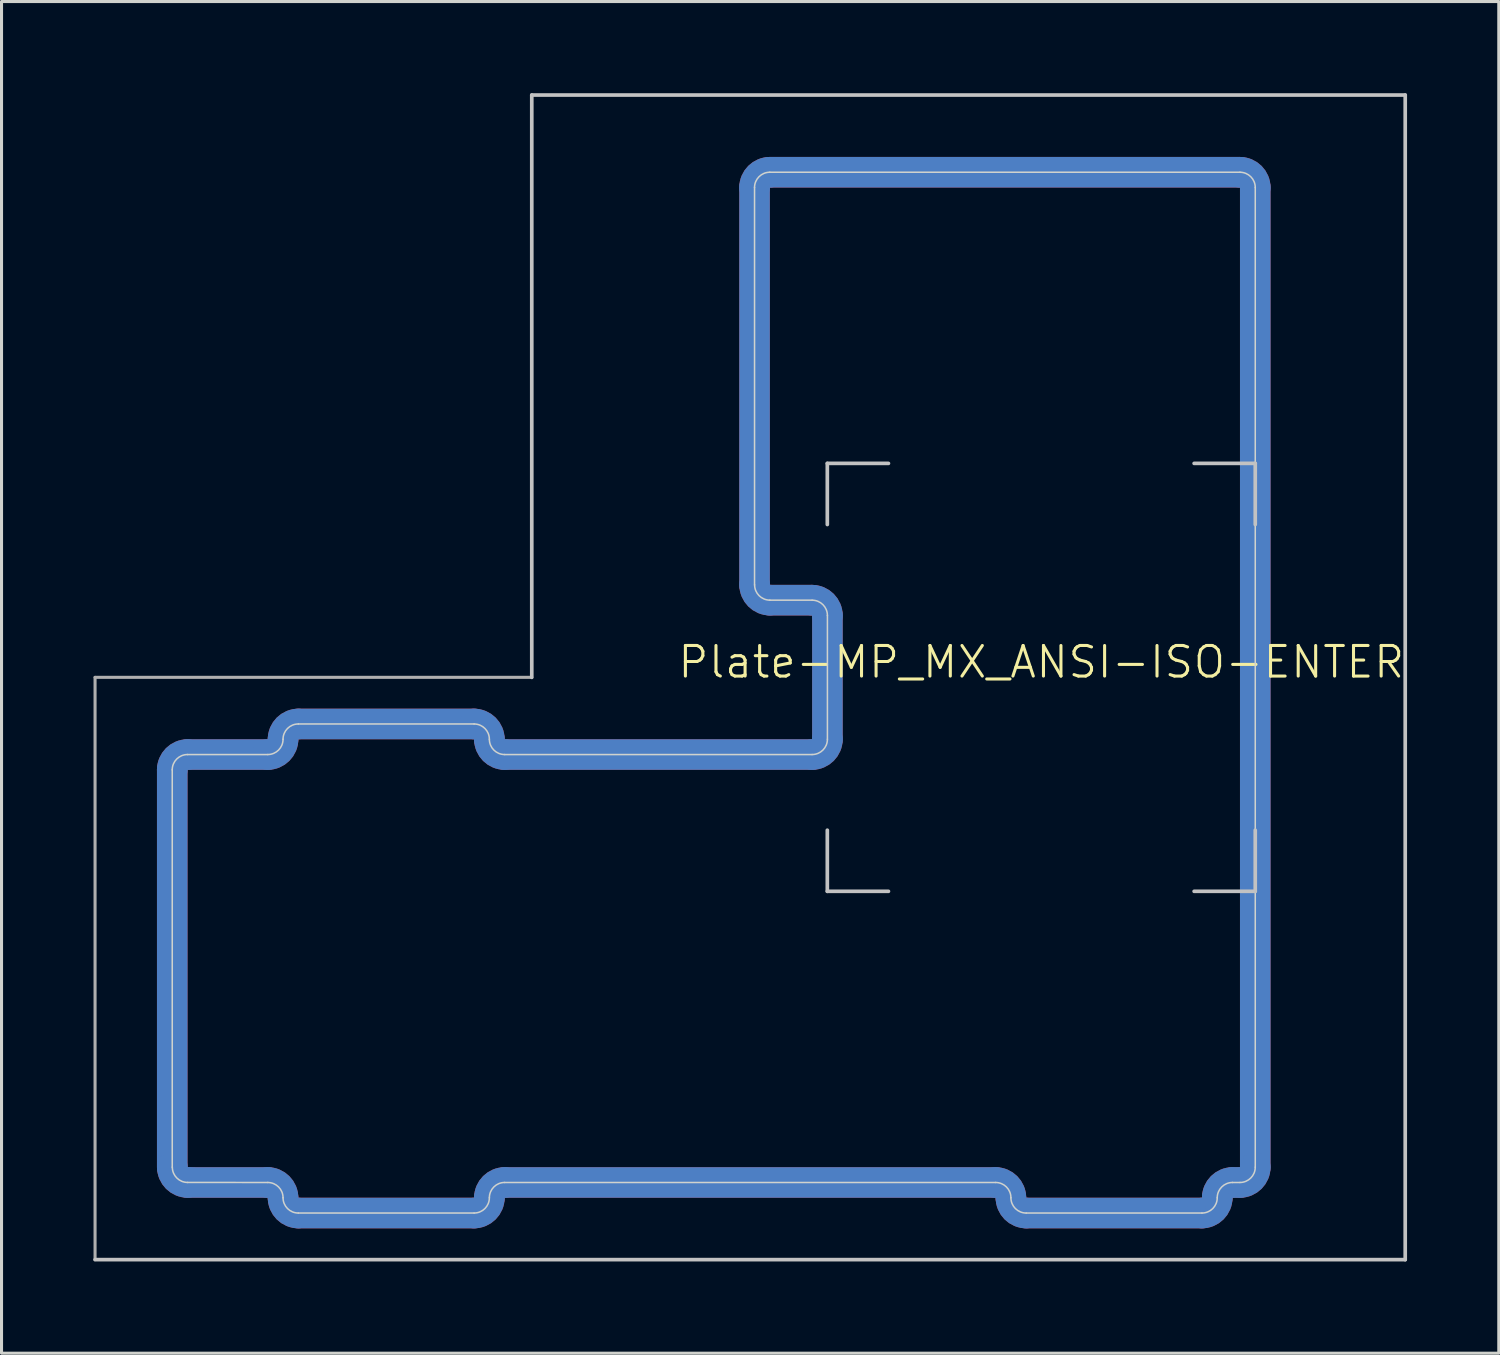
<source format=kicad_pcb>
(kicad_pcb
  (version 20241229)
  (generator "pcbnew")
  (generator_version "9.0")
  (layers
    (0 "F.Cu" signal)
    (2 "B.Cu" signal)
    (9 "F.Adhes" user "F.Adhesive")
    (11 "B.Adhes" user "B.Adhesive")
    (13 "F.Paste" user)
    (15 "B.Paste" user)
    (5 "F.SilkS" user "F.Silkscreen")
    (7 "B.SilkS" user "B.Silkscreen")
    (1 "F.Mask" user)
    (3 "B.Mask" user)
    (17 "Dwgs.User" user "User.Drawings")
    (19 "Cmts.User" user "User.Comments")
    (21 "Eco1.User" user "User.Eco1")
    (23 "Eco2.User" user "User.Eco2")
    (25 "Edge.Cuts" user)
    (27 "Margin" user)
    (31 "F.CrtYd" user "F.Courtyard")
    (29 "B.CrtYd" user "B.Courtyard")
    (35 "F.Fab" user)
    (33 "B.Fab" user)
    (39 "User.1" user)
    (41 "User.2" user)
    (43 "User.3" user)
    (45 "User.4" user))
  (footprint "Plate-MP_MX_ANSI-ISO-ENTER"
    (layer "F.Cu")
    (at 31.016 19.11)
    (property "Reference" "Plate-MP_MX_ANSI-ISO-ENTER" (at 0 -0.5 0) (unlocked yes) (layer "F.SilkS") (effects (font (size 1 1) (thickness 0.1))))
    (attr exclude_from_pos_files exclude_from_bom allow_missing_courtyard)
    (fp_line (start -28.431 3.025) (end -28.431 16.025) (stroke (width 1) (type solid)) (layer "F.Cu"))
    (fp_line (start -25.306 2.525) (end -27.931 2.525) (stroke (width 1) (type solid)) (layer "F.Cu"))
    (fp_line (start -25.306 16.525) (end -27.928 16.524) (stroke (width 1) (type solid)) (layer "F.Cu"))
    (fp_line (start -24.306 17.525) (end -18.556 17.525) (stroke (width 1) (type solid)) (layer "F.Cu"))
    (fp_line (start -18.556 1.525) (end -24.306 1.525) (stroke (width 1) (type solid)) (layer "F.Cu"))
    (fp_line (start -17.556 2.525) (end -7.497 2.525) (stroke (width 1) (type solid)) (layer "F.Cu"))
    (fp_line (start -9.381 -16.025) (end -9.381 -3.025) (stroke (width 1) (type solid)) (layer "F.Cu"))
    (fp_line (start -8.881 -2.525) (end -7.497 -2.525) (stroke (width 1) (type solid)) (layer "F.Cu"))
    (fp_line (start -6.997 -2.025) (end -6.997 2.025) (stroke (width 1) (type solid)) (layer "F.Cu"))
    (fp_line (start -1.494 16.525) (end -17.556 16.525) (stroke (width 1) (type solid)) (layer "F.Cu"))
    (fp_line (start -0.494 17.525) (end 5.256 17.525) (stroke (width 1) (type solid)) (layer "F.Cu"))
    (fp_line (start 6.5 -16.525) (end -8.881 -16.525) (stroke (width 1) (type solid)) (layer "F.Cu"))
    (fp_line (start 6.5 16.525) (end 6.256 16.525) (stroke (width 1) (type solid)) (layer "F.Cu"))
    (fp_line (start 7 16.025) (end 7 -16.025) (stroke (width 1) (type solid)) (layer "F.Cu"))
    (fp_arc (start -28.43125 3.025) (mid -28.284803 2.671447) (end -27.93125 2.525) (stroke (width 1) (type solid)) (layer "F.Cu"))
    (fp_arc (start -27.928486 16.523884) (mid -28.282039 16.377437) (end -28.428486 16.023884) (stroke (width 1) (type solid)) (layer "F.Cu"))
    (fp_arc (start -25.30625 16.525001) (mid -24.952697 16.671448) (end -24.80625 17.025001) (stroke (width 1) (type solid)) (layer "F.Cu"))
    (fp_arc (start -24.80625 2.024999) (mid -24.952722 2.378527) (end -25.30625 2.524999) (stroke (width 1) (type solid)) (layer "F.Cu"))
    (fp_arc (start -24.80625 2.024999) (mid -24.659813 1.671436) (end -24.30625 1.524999) (stroke (width 1) (type solid)) (layer "F.Cu"))
    (fp_arc (start -24.30625 17.525001) (mid -24.659803 17.378554) (end -24.80625 17.025001) (stroke (width 1) (type solid)) (layer "F.Cu"))
    (fp_arc (start -18.55625 1.524999) (mid -18.202722 1.671471) (end -18.05625 2.024999) (stroke (width 1) (type solid)) (layer "F.Cu"))
    (fp_arc (start -18.05625 17.025001) (mid -18.202697 17.378554) (end -18.55625 17.525001) (stroke (width 1) (type solid)) (layer "F.Cu"))
    (fp_arc (start -18.05625 17.025001) (mid -17.909803 16.671448) (end -17.55625 16.525001) (stroke (width 1) (type solid)) (layer "F.Cu"))
    (fp_arc (start -17.55625 2.524999) (mid -17.909778 2.378527) (end -18.05625 2.024999) (stroke (width 1) (type solid)) (layer "F.Cu"))
    (fp_arc (start -9.38125 -16.025) (mid -9.234803 -16.378553) (end -8.88125 -16.525) (stroke (width 1) (type solid)) (layer "F.Cu"))
    (fp_arc (start -8.878486 -2.526116) (mid -9.232039 -2.672563) (end -9.378486 -3.026116) (stroke (width 1) (type solid)) (layer "F.Cu"))
    (fp_arc (start -7.497236 -2.525) (mid -7.143708 -2.378528) (end -6.997236 -2.025) (stroke (width 1) (type solid)) (layer "F.Cu"))
    (fp_arc (start -6.997236 2.024999) (mid -7.143708 2.378527) (end -7.497236 2.524999) (stroke (width 1) (type solid)) (layer "F.Cu"))
    (fp_arc (start -1.49375 16.525001) (mid -1.140197 16.671448) (end -0.99375 17.025001) (stroke (width 1) (type solid)) (layer "F.Cu"))
    (fp_arc (start -0.49375 17.525001) (mid -0.847271 17.378537) (end -0.99375 17.025001) (stroke (width 1) (type solid)) (layer "F.Cu"))
    (fp_arc (start 5.75625 17.025001) (mid 5.609806 17.378571) (end 5.25625 17.525001) (stroke (width 1) (type solid)) (layer "F.Cu"))
    (fp_arc (start 5.75625 17.025001) (mid 5.902697 16.671448) (end 6.25625 16.525001) (stroke (width 1) (type solid)) (layer "F.Cu"))
    (fp_arc (start 6.5 -16.525) (mid 6.853528 -16.378528) (end 7 -16.025) (stroke (width 1) (type solid)) (layer "F.Cu"))
    (fp_arc (start 7 16.025) (mid 6.853528 16.378528) (end 6.5 16.525) (stroke (width 1) (type solid)) (layer "F.Cu"))
    (fp_line (start -28.431 3.025) (end -28.431 16.025) (stroke (width 1.1) (type solid)) (layer "F.Mask"))
    (fp_line (start -25.306 2.525) (end -27.931 2.525) (stroke (width 1.1) (type solid)) (layer "F.Mask"))
    (fp_line (start -25.306 16.525) (end -27.928 16.524) (stroke (width 1.1) (type solid)) (layer "F.Mask"))
    (fp_line (start -24.306 17.525) (end -18.556 17.525) (stroke (width 1.1) (type solid)) (layer "F.Mask"))
    (fp_line (start -18.556 1.525) (end -24.306 1.525) (stroke (width 1.1) (type solid)) (layer "F.Mask"))
    (fp_line (start -17.556 2.525) (end -7.497 2.525) (stroke (width 1.1) (type solid)) (layer "F.Mask"))
    (fp_line (start -9.381 -16.025) (end -9.381 -3.025) (stroke (width 1.1) (type solid)) (layer "F.Mask"))
    (fp_line (start -8.881 -2.525) (end -7.497 -2.525) (stroke (width 1.1) (type solid)) (layer "F.Mask"))
    (fp_line (start -6.997 -2.025) (end -6.997 2.025) (stroke (width 1.1) (type solid)) (layer "F.Mask"))
    (fp_line (start -1.494 16.525) (end -17.556 16.525) (stroke (width 1.1) (type solid)) (layer "F.Mask"))
    (fp_line (start -0.494 17.525) (end 5.256 17.525) (stroke (width 1.1) (type solid)) (layer "F.Mask"))
    (fp_line (start 6.5 -16.525) (end -8.881 -16.525) (stroke (width 1.1) (type solid)) (layer "F.Mask"))
    (fp_line (start 6.5 16.525) (end 6.256 16.525) (stroke (width 1.1) (type solid)) (layer "F.Mask"))
    (fp_line (start 7 16.025) (end 7 -16.025) (stroke (width 1.1) (type solid)) (layer "F.Mask"))
    (fp_arc (start -28.43125 3.025) (mid -28.284803 2.671447) (end -27.93125 2.525) (stroke (width 1.1) (type solid)) (layer "F.Mask"))
    (fp_arc (start -27.928486 16.523884) (mid -28.282039 16.377437) (end -28.428486 16.023884) (stroke (width 1.1) (type solid)) (layer "F.Mask"))
    (fp_arc (start -25.30625 16.525001) (mid -24.952697 16.671448) (end -24.80625 17.025001) (stroke (width 1.1) (type solid)) (layer "F.Mask"))
    (fp_arc (start -24.80625 2.024999) (mid -24.952722 2.378527) (end -25.30625 2.524999) (stroke (width 1.1) (type solid)) (layer "F.Mask"))
    (fp_arc (start -24.80625 2.024999) (mid -24.659813 1.671436) (end -24.30625 1.524999) (stroke (width 1.1) (type solid)) (layer "F.Mask"))
    (fp_arc (start -24.30625 17.525001) (mid -24.659803 17.378554) (end -24.80625 17.025001) (stroke (width 1.1) (type solid)) (layer "F.Mask"))
    (fp_arc (start -18.55625 1.524999) (mid -18.202722 1.671471) (end -18.05625 2.024999) (stroke (width 1.1) (type solid)) (layer "F.Mask"))
    (fp_arc (start -18.05625 17.025001) (mid -18.202697 17.378554) (end -18.55625 17.525001) (stroke (width 1.1) (type solid)) (layer "F.Mask"))
    (fp_arc (start -18.05625 17.025001) (mid -17.909803 16.671448) (end -17.55625 16.525001) (stroke (width 1.1) (type solid)) (layer "F.Mask"))
    (fp_arc (start -17.55625 2.524999) (mid -17.909778 2.378527) (end -18.05625 2.024999) (stroke (width 1.1) (type solid)) (layer "F.Mask"))
    (fp_arc (start -9.38125 -16.025) (mid -9.234803 -16.378553) (end -8.88125 -16.525) (stroke (width 1.1) (type solid)) (layer "F.Mask"))
    (fp_arc (start -8.878486 -2.526116) (mid -9.232039 -2.672563) (end -9.378486 -3.026116) (stroke (width 1.1) (type solid)) (layer "F.Mask"))
    (fp_arc (start -7.497236 -2.525) (mid -7.143708 -2.378528) (end -6.997236 -2.025) (stroke (width 1.1) (type solid)) (layer "F.Mask"))
    (fp_arc (start -6.997236 2.024999) (mid -7.143708 2.378527) (end -7.497236 2.524999) (stroke (width 1.1) (type solid)) (layer "F.Mask"))
    (fp_arc (start -1.49375 16.525001) (mid -1.140197 16.671448) (end -0.99375 17.025001) (stroke (width 1.1) (type solid)) (layer "F.Mask"))
    (fp_arc (start -0.49375 17.525001) (mid -0.847271 17.378537) (end -0.99375 17.025001) (stroke (width 1.1) (type solid)) (layer "F.Mask"))
    (fp_arc (start 5.75625 17.025001) (mid 5.609806 17.378571) (end 5.25625 17.525001) (stroke (width 1.1) (type solid)) (layer "F.Mask"))
    (fp_arc (start 5.75625 17.025001) (mid 5.902697 16.671448) (end 6.25625 16.525001) (stroke (width 1.1) (type solid)) (layer "F.Mask"))
    (fp_arc (start 6.5 -16.525) (mid 6.853528 -16.378528) (end 7 -16.025) (stroke (width 1.1) (type solid)) (layer "F.Mask"))
    (fp_arc (start 7 16.025) (mid 6.853528 16.378528) (end 6.5 16.525) (stroke (width 1.1) (type solid)) (layer "F.Mask"))
    (fp_line (start -28.431 3.025) (end -28.431 16.025) (stroke (width 1) (type solid)) (layer "B.Cu"))
    (fp_line (start -25.306 2.525) (end -27.931 2.525) (stroke (width 1) (type solid)) (layer "B.Cu"))
    (fp_line (start -25.306 16.525) (end -27.928 16.524) (stroke (width 1) (type solid)) (layer "B.Cu"))
    (fp_line (start -24.306 17.525) (end -18.556 17.525) (stroke (width 1) (type solid)) (layer "B.Cu"))
    (fp_line (start -18.556 1.525) (end -24.306 1.525) (stroke (width 1) (type solid)) (layer "B.Cu"))
    (fp_line (start -17.556 2.525) (end -7.497 2.525) (stroke (width 1) (type solid)) (layer "B.Cu"))
    (fp_line (start -9.381 -16.025) (end -9.381 -3.025) (stroke (width 1) (type solid)) (layer "B.Cu"))
    (fp_line (start -8.881 -2.525) (end -7.497 -2.525) (stroke (width 1) (type solid)) (layer "B.Cu"))
    (fp_line (start -6.997 -2.025) (end -6.997 2.025) (stroke (width 1) (type solid)) (layer "B.Cu"))
    (fp_line (start -1.494 16.525) (end -17.556 16.525) (stroke (width 1) (type solid)) (layer "B.Cu"))
    (fp_line (start -0.494 17.525) (end 5.256 17.525) (stroke (width 1) (type solid)) (layer "B.Cu"))
    (fp_line (start 6.5 -16.525) (end -8.881 -16.525) (stroke (width 1) (type solid)) (layer "B.Cu"))
    (fp_line (start 6.5 16.525) (end 6.256 16.525) (stroke (width 1) (type solid)) (layer "B.Cu"))
    (fp_line (start 7 16.025) (end 7 -16.025) (stroke (width 1) (type solid)) (layer "B.Cu"))
    (fp_arc (start -28.43125 3.025) (mid -28.284803 2.671447) (end -27.93125 2.525) (stroke (width 1) (type solid)) (layer "B.Cu"))
    (fp_arc (start -27.928486 16.523884) (mid -28.282039 16.377437) (end -28.428486 16.023884) (stroke (width 1) (type solid)) (layer "B.Cu"))
    (fp_arc (start -25.30625 16.525001) (mid -24.952697 16.671448) (end -24.80625 17.025001) (stroke (width 1) (type solid)) (layer "B.Cu"))
    (fp_arc (start -24.80625 2.024999) (mid -24.952722 2.378527) (end -25.30625 2.524999) (stroke (width 1) (type solid)) (layer "B.Cu"))
    (fp_arc (start -24.80625 2.024999) (mid -24.659813 1.671436) (end -24.30625 1.524999) (stroke (width 1) (type solid)) (layer "B.Cu"))
    (fp_arc (start -24.30625 17.525001) (mid -24.659803 17.378554) (end -24.80625 17.025001) (stroke (width 1) (type solid)) (layer "B.Cu"))
    (fp_arc (start -18.55625 1.524999) (mid -18.202722 1.671471) (end -18.05625 2.024999) (stroke (width 1) (type solid)) (layer "B.Cu"))
    (fp_arc (start -18.05625 17.025001) (mid -18.202697 17.378554) (end -18.55625 17.525001) (stroke (width 1) (type solid)) (layer "B.Cu"))
    (fp_arc (start -18.05625 17.025001) (mid -17.909803 16.671448) (end -17.55625 16.525001) (stroke (width 1) (type solid)) (layer "B.Cu"))
    (fp_arc (start -17.55625 2.524999) (mid -17.909778 2.378527) (end -18.05625 2.024999) (stroke (width 1) (type solid)) (layer "B.Cu"))
    (fp_arc (start -9.38125 -16.025) (mid -9.234803 -16.378553) (end -8.88125 -16.525) (stroke (width 1) (type solid)) (layer "B.Cu"))
    (fp_arc (start -8.878486 -2.526116) (mid -9.232039 -2.672563) (end -9.378486 -3.026116) (stroke (width 1) (type solid)) (layer "B.Cu"))
    (fp_arc (start -7.497236 -2.525) (mid -7.143708 -2.378528) (end -6.997236 -2.025) (stroke (width 1) (type solid)) (layer "B.Cu"))
    (fp_arc (start -6.997236 2.024999) (mid -7.143708 2.378527) (end -7.497236 2.524999) (stroke (width 1) (type solid)) (layer "B.Cu"))
    (fp_arc (start -1.49375 16.525001) (mid -1.140197 16.671448) (end -0.99375 17.025001) (stroke (width 1) (type solid)) (layer "B.Cu"))
    (fp_arc (start -0.49375 17.525001) (mid -0.847271 17.378537) (end -0.99375 17.025001) (stroke (width 1) (type solid)) (layer "B.Cu"))
    (fp_arc (start 5.75625 17.025001) (mid 5.609806 17.378571) (end 5.25625 17.525001) (stroke (width 1) (type solid)) (layer "B.Cu"))
    (fp_arc (start 5.75625 17.025001) (mid 5.902697 16.671448) (end 6.25625 16.525001) (stroke (width 1) (type solid)) (layer "B.Cu"))
    (fp_arc (start 6.5 -16.525) (mid 6.853528 -16.378528) (end 7 -16.025) (stroke (width 1) (type solid)) (layer "B.Cu"))
    (fp_arc (start 7 16.025) (mid 6.853528 16.378528) (end 6.5 16.525) (stroke (width 1) (type solid)) (layer "B.Cu"))
    (fp_line (start -28.431 3.025) (end -28.431 16.025) (stroke (width 1.1) (type solid)) (layer "B.Mask"))
    (fp_line (start -25.306 2.525) (end -27.931 2.525) (stroke (width 1.1) (type solid)) (layer "B.Mask"))
    (fp_line (start -25.306 16.525) (end -27.928 16.524) (stroke (width 1.1) (type solid)) (layer "B.Mask"))
    (fp_line (start -24.306 17.525) (end -18.556 17.525) (stroke (width 1.1) (type solid)) (layer "B.Mask"))
    (fp_line (start -18.556 1.525) (end -24.306 1.525) (stroke (width 1.1) (type solid)) (layer "B.Mask"))
    (fp_line (start -17.556 2.525) (end -7.497 2.525) (stroke (width 1.1) (type solid)) (layer "B.Mask"))
    (fp_line (start -9.381 -16.025) (end -9.381 -3.025) (stroke (width 1.1) (type solid)) (layer "B.Mask"))
    (fp_line (start -8.881 -2.525) (end -7.497 -2.525) (stroke (width 1.1) (type solid)) (layer "B.Mask"))
    (fp_line (start -6.997 -2.025) (end -6.997 2.025) (stroke (width 1.1) (type solid)) (layer "B.Mask"))
    (fp_line (start -1.494 16.525) (end -17.556 16.525) (stroke (width 1.1) (type solid)) (layer "B.Mask"))
    (fp_line (start -0.494 17.525) (end 5.256 17.525) (stroke (width 1.1) (type solid)) (layer "B.Mask"))
    (fp_line (start 6.5 -16.525) (end -8.881 -16.525) (stroke (width 1.1) (type solid)) (layer "B.Mask"))
    (fp_line (start 6.5 16.525) (end 6.256 16.525) (stroke (width 1.1) (type solid)) (layer "B.Mask"))
    (fp_line (start 7 16.025) (end 7 -16.025) (stroke (width 1.1) (type solid)) (layer "B.Mask"))
    (fp_arc (start -28.43125 3.025) (mid -28.284803 2.671447) (end -27.93125 2.525) (stroke (width 1.1) (type solid)) (layer "B.Mask"))
    (fp_arc (start -27.928486 16.523884) (mid -28.282039 16.377437) (end -28.428486 16.023884) (stroke (width 1.1) (type solid)) (layer "B.Mask"))
    (fp_arc (start -25.30625 16.525001) (mid -24.952697 16.671448) (end -24.80625 17.025001) (stroke (width 1.1) (type solid)) (layer "B.Mask"))
    (fp_arc (start -24.80625 2.024999) (mid -24.952722 2.378527) (end -25.30625 2.524999) (stroke (width 1.1) (type solid)) (layer "B.Mask"))
    (fp_arc (start -24.80625 2.024999) (mid -24.659813 1.671436) (end -24.30625 1.524999) (stroke (width 1.1) (type solid)) (layer "B.Mask"))
    (fp_arc (start -24.30625 17.525001) (mid -24.659803 17.378554) (end -24.80625 17.025001) (stroke (width 1.1) (type solid)) (layer "B.Mask"))
    (fp_arc (start -18.55625 1.524999) (mid -18.202722 1.671471) (end -18.05625 2.024999) (stroke (width 1.1) (type solid)) (layer "B.Mask"))
    (fp_arc (start -18.05625 17.025001) (mid -18.202697 17.378554) (end -18.55625 17.525001) (stroke (width 1.1) (type solid)) (layer "B.Mask"))
    (fp_arc (start -18.05625 17.025001) (mid -17.909803 16.671448) (end -17.55625 16.525001) (stroke (width 1.1) (type solid)) (layer "B.Mask"))
    (fp_arc (start -17.55625 2.524999) (mid -17.909778 2.378527) (end -18.05625 2.024999) (stroke (width 1.1) (type solid)) (layer "B.Mask"))
    (fp_arc (start -9.38125 -16.025) (mid -9.234803 -16.378553) (end -8.88125 -16.525) (stroke (width 1.1) (type solid)) (layer "B.Mask"))
    (fp_arc (start -8.878486 -2.526116) (mid -9.232039 -2.672563) (end -9.378486 -3.026116) (stroke (width 1.1) (type solid)) (layer "B.Mask"))
    (fp_arc (start -7.497236 -2.525) (mid -7.143708 -2.378528) (end -6.997236 -2.025) (stroke (width 1.1) (type solid)) (layer "B.Mask"))
    (fp_arc (start -6.997236 2.024999) (mid -7.143708 2.378527) (end -7.497236 2.524999) (stroke (width 1.1) (type solid)) (layer "B.Mask"))
    (fp_arc (start -1.49375 16.525001) (mid -1.140197 16.671448) (end -0.99375 17.025001) (stroke (width 1.1) (type solid)) (layer "B.Mask"))
    (fp_arc (start -0.49375 17.525001) (mid -0.847271 17.378537) (end -0.99375 17.025001) (stroke (width 1.1) (type solid)) (layer "B.Mask"))
    (fp_arc (start 5.75625 17.025001) (mid 5.609806 17.378571) (end 5.25625 17.525001) (stroke (width 1.1) (type solid)) (layer "B.Mask"))
    (fp_arc (start 5.75625 17.025001) (mid 5.902697 16.671448) (end 6.25625 16.525001) (stroke (width 1.1) (type solid)) (layer "B.Mask"))
    (fp_arc (start 6.5 -16.525) (mid 6.853528 -16.378528) (end 7 -16.025) (stroke (width 1.1) (type solid)) (layer "B.Mask"))
    (fp_arc (start 7 16.025) (mid 6.853528 16.378528) (end 6.5 16.525) (stroke (width 1.1) (type solid)) (layer "B.Mask"))
    (fp_line (start -30.956 19.05) (end 11.906 19.05) (stroke (width 0.12) (type solid)) (layer "Dwgs.User"))
    (fp_line (start -16.669 -19.05) (end -16.669 0) (stroke (width 0.12) (type solid)) (layer "Dwgs.User"))
    (fp_line (start -7 -7) (end -5 -7) (stroke (width 0.12) (type solid)) (layer "Dwgs.User"))
    (fp_line (start -7 -5) (end -7 -7) (stroke (width 0.12) (type solid)) (layer "Dwgs.User"))
    (fp_line (start -7 7) (end -7 5) (stroke (width 0.12) (type solid)) (layer "Dwgs.User"))
    (fp_line (start -5 7) (end -7 7) (stroke (width 0.12) (type solid)) (layer "Dwgs.User"))
    (fp_line (start 7 -7) (end 5 -7) (stroke (width 0.12) (type solid)) (layer "Dwgs.User"))
    (fp_line (start 7 -5) (end 7 -7) (stroke (width 0.12) (type solid)) (layer "Dwgs.User"))
    (fp_line (start 7 5) (end 7 7) (stroke (width 0.12) (type solid)) (layer "Dwgs.User"))
    (fp_line (start 7 7) (end 5 7) (stroke (width 0.12) (type solid)) (layer "Dwgs.User"))
    (fp_line (start 11.906 -19.05) (end -16.669 -19.05) (stroke (width 0.12) (type solid)) (layer "Dwgs.User"))
    (fp_line (start 11.906 19.05) (end 11.906 -19.05) (stroke (width 0.12) (type solid)) (layer "Dwgs.User"))
    (fp_line (start -28.431 3.025) (end -28.431 16.025) (stroke (width 0.05) (type solid)) (layer "Edge.Cuts"))
    (fp_line (start -25.306 2.525) (end -27.931 2.525) (stroke (width 0.05) (type solid)) (layer "Edge.Cuts"))
    (fp_line (start -25.306 16.525) (end -27.928 16.524) (stroke (width 0.05) (type default)) (layer "Edge.Cuts"))
    (fp_line (start -24.306 17.525) (end -18.556 17.525) (stroke (width 0.05) (type solid)) (layer "Edge.Cuts"))
    (fp_line (start -18.556 1.525) (end -24.306 1.525) (stroke (width 0.05) (type solid)) (layer "Edge.Cuts"))
    (fp_line (start -17.556 2.525) (end -7.497 2.525) (stroke (width 0.05) (type default)) (layer "Edge.Cuts"))
    (fp_line (start -9.381 -16.025) (end -9.381 -3.025) (stroke (width 0.05) (type solid)) (layer "Edge.Cuts"))
    (fp_line (start -8.881 -2.525) (end -7.497 -2.525) (stroke (width 0.05) (type solid)) (layer "Edge.Cuts"))
    (fp_line (start -6.997 -2.025) (end -6.997 2.025) (stroke (width 0.05) (type solid)) (layer "Edge.Cuts"))
    (fp_line (start -1.494 16.525) (end -17.556 16.525) (stroke (width 0.05) (type default)) (layer "Edge.Cuts"))
    (fp_line (start -0.494 17.525) (end 5.256 17.525) (stroke (width 0.05) (type solid)) (layer "Edge.Cuts"))
    (fp_line (start 6.5 -16.525) (end -8.881 -16.525) (stroke (width 0.05) (type solid)) (layer "Edge.Cuts"))
    (fp_line (start 6.5 16.525) (end 6.256 16.525) (stroke (width 0.05) (type default)) (layer "Edge.Cuts"))
    (fp_line (start 7 16.025) (end 7 -16.025) (stroke (width 0.05) (type solid)) (layer "Edge.Cuts"))
    (fp_arc (start -28.43125 3.025) (mid -28.284803 2.671447) (end -27.93125 2.525) (stroke (width 0.05) (type solid)) (layer "Edge.Cuts"))
    (fp_arc (start -27.928486 16.523884) (mid -28.282039 16.377437) (end -28.428486 16.023884) (stroke (width 0.05) (type solid)) (layer "Edge.Cuts"))
    (fp_arc (start -25.30625 16.525001) (mid -24.952697 16.671448) (end -24.80625 17.025001) (stroke (width 0.05) (type solid)) (layer "Edge.Cuts"))
    (fp_arc (start -24.80625 2.024999) (mid -24.952722 2.378527) (end -25.30625 2.524999) (stroke (width 0.05) (type solid)) (layer "Edge.Cuts"))
    (fp_arc (start -24.80625 2.024999) (mid -24.659813 1.671436) (end -24.30625 1.524999) (stroke (width 0.05) (type solid)) (layer "Edge.Cuts"))
    (fp_arc (start -24.30625 17.525001) (mid -24.659803 17.378554) (end -24.80625 17.025001) (stroke (width 0.05) (type solid)) (layer "Edge.Cuts"))
    (fp_arc (start -18.55625 1.524999) (mid -18.202722 1.671471) (end -18.05625 2.024999) (stroke (width 0.05) (type solid)) (layer "Edge.Cuts"))
    (fp_arc (start -18.05625 17.025001) (mid -18.202697 17.378554) (end -18.55625 17.525001) (stroke (width 0.05) (type solid)) (layer "Edge.Cuts"))
    (fp_arc (start -18.05625 17.025001) (mid -17.909803 16.671448) (end -17.55625 16.525001) (stroke (width 0.05) (type solid)) (layer "Edge.Cuts"))
    (fp_arc (start -17.55625 2.524999) (mid -17.909778 2.378527) (end -18.05625 2.024999) (stroke (width 0.05) (type solid)) (layer "Edge.Cuts"))
    (fp_arc (start -9.38125 -16.025) (mid -9.234803 -16.378553) (end -8.88125 -16.525) (stroke (width 0.05) (type solid)) (layer "Edge.Cuts"))
    (fp_arc (start -8.878486 -2.526116) (mid -9.232039 -2.672563) (end -9.378486 -3.026116) (stroke (width 0.05) (type solid)) (layer "Edge.Cuts"))
    (fp_arc (start -7.497236 -2.525) (mid -7.143708 -2.378528) (end -6.997236 -2.025) (stroke (width 0.05) (type solid)) (layer "Edge.Cuts"))
    (fp_arc (start -6.997236 2.024999) (mid -7.143708 2.378527) (end -7.497236 2.524999) (stroke (width 0.05) (type solid)) (layer "Edge.Cuts"))
    (fp_arc (start -1.49375 16.525001) (mid -1.140197 16.671448) (end -0.99375 17.025001) (stroke (width 0.05) (type solid)) (layer "Edge.Cuts"))
    (fp_arc (start -0.49375 17.525001) (mid -0.847271 17.378537) (end -0.99375 17.025001) (stroke (width 0.05) (type solid)) (layer "Edge.Cuts"))
    (fp_arc (start 5.75625 17.025001) (mid 5.609806 17.378571) (end 5.25625 17.525001) (stroke (width 0.05) (type solid)) (layer "Edge.Cuts"))
    (fp_arc (start 5.75625 17.025001) (mid 5.902697 16.671448) (end 6.25625 16.525001) (stroke (width 0.05) (type solid)) (layer "Edge.Cuts"))
    (fp_arc (start 6.5 -16.525) (mid 6.853528 -16.378528) (end 7 -16.025) (stroke (width 0.05) (type solid)) (layer "Edge.Cuts"))
    (fp_arc (start 7 16.025) (mid 6.853528 16.378528) (end 6.5 16.525) (stroke (width 0.05) (type solid)) (layer "Edge.Cuts"))
    (fp_line (start -30.956 0) (end -30.956 19.05) (stroke (width 0.1) (type default)) (layer "F.Fab"))
    (fp_line (start -16.669 0) (end -30.956 0) (stroke (width 0.1) (type default)) (layer "F.Fab")))
  (gr_rect
    (start -3 -3)
    (end 45.983 41.22)
    (stroke (width 0.1) (type default))
    (fill no)
    (layer "Edge.Cuts")))
</source>
